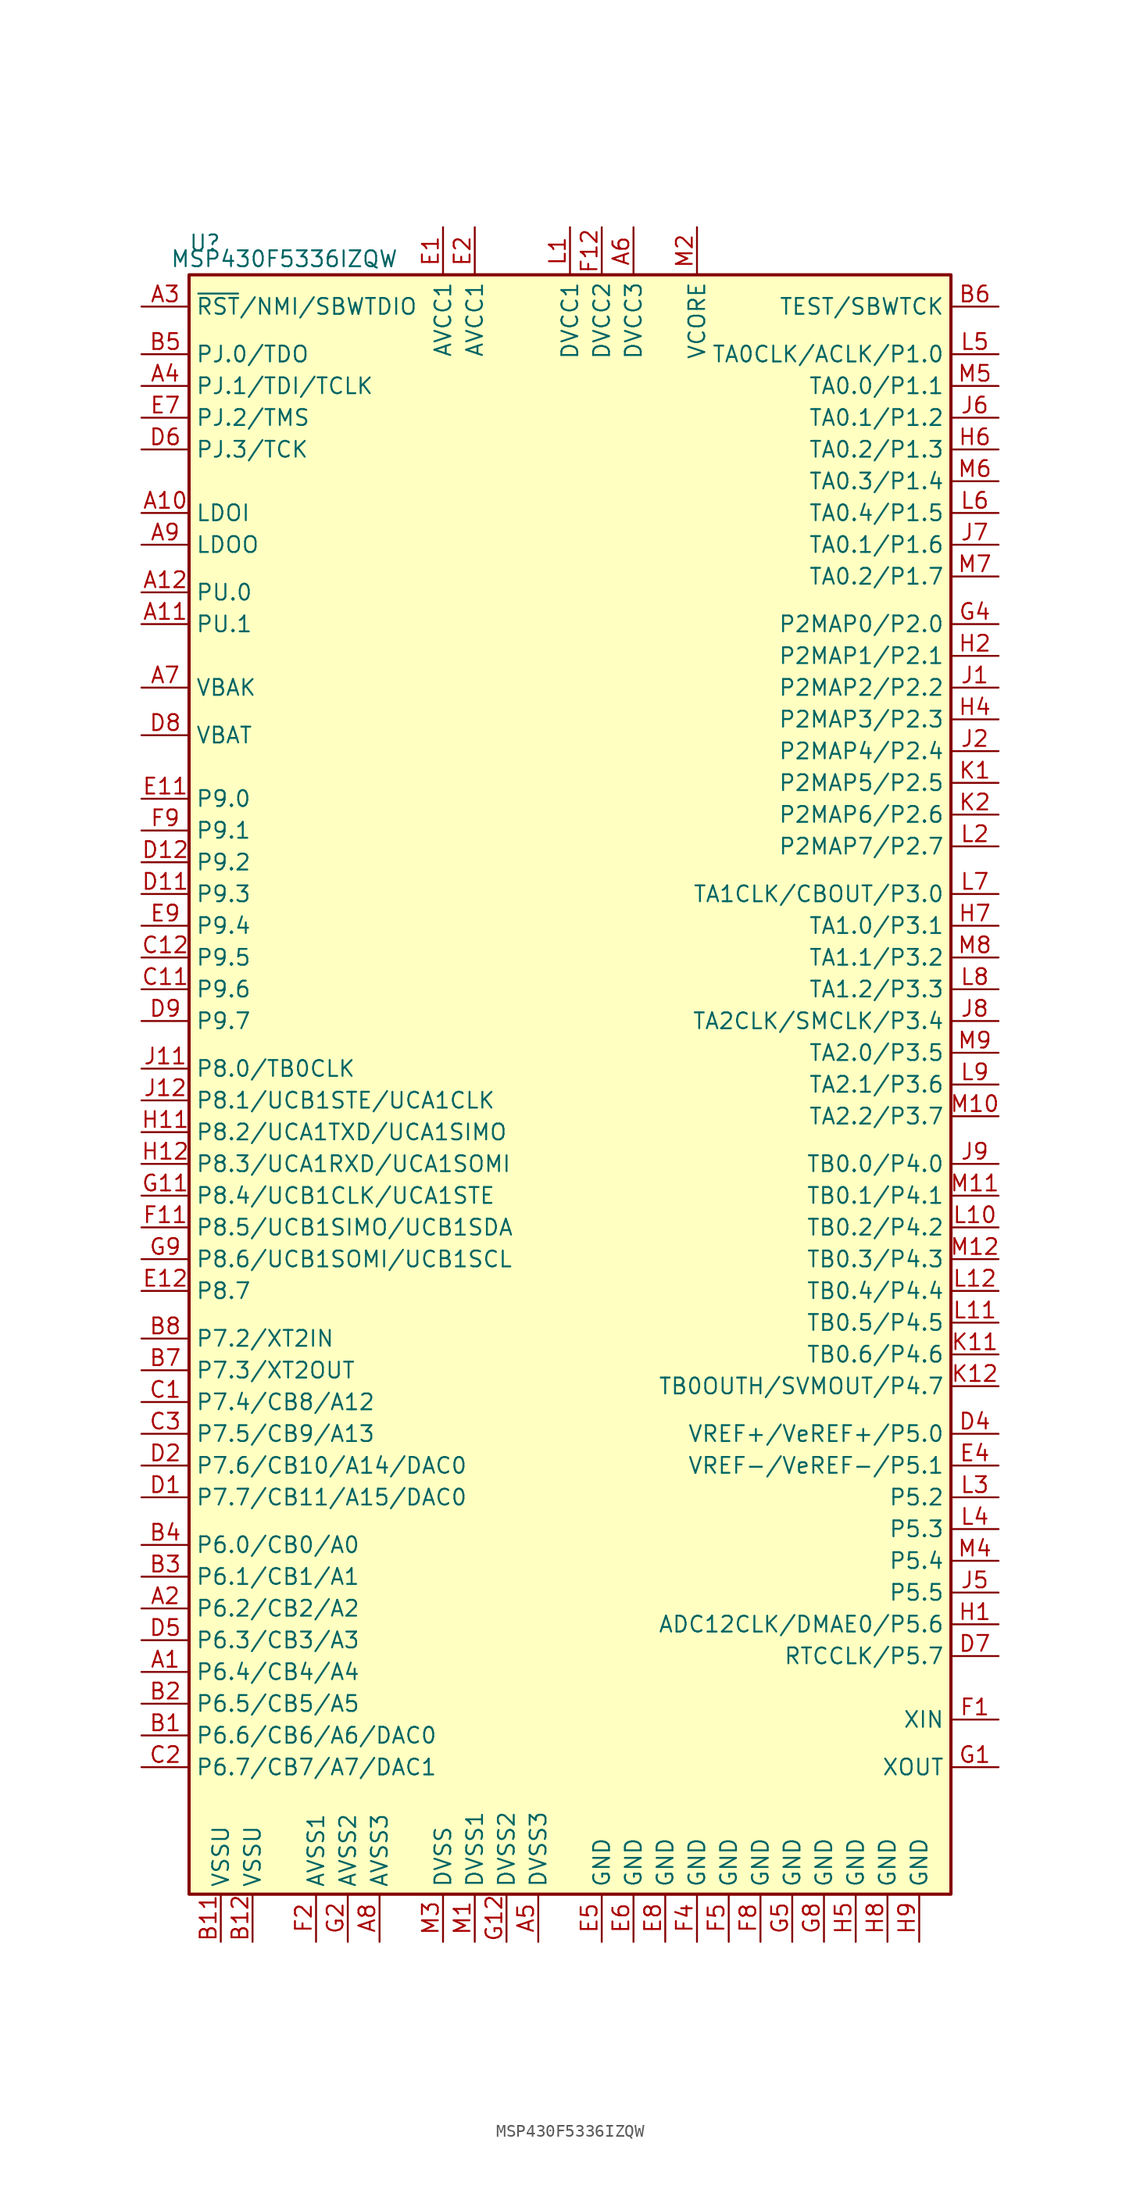
<source format=kicad_sym>
(kicad_symbol_lib
  (version 20241209)
  (generator "kicad_symbol_editor")
  (generator_version "9.0")
  (symbol "MSP430F5336IZQW"
    (property "Reference" "U"
      (at -29.21 67.31 0)
      (effects (font (size 1.27 1.27))))
    (property "Value" "MSP430F5336IZQW"
      (at -22.86 66.04 0)
      (effects (font (size 1.27 1.27))))
    (symbol "MSP430F5336IZQW_0_1"
      (rectangle (start -30.48 64.77) (end 30.48 -64.77) (stroke (width 0.254) (type default)) (fill (type background))))
    (symbol "MSP430F5336IZQW_1_1"
      (pin input line (at -34.29 62.23 0) (length 3.81) (name "~{RST}/NMI/SBWTDIO" (effects (font (size 1.27 1.27)))) (number "A3" (effects (font (size 1.27 1.27)))))
      (pin bidirectional line (at -34.29 58.42 0) (length 3.81) (name "PJ.0/TDO" (effects (font (size 1.27 1.27)))) (number "B5" (effects (font (size 1.27 1.27)))))
      (pin bidirectional line (at -34.29 55.88 0) (length 3.81) (name "PJ.1/TDI/TCLK" (effects (font (size 1.27 1.27)))) (number "A4" (effects (font (size 1.27 1.27)))))
      (pin bidirectional line (at -34.29 53.34 0) (length 3.81) (name "PJ.2/TMS" (effects (font (size 1.27 1.27)))) (number "E7" (effects (font (size 1.27 1.27)))))
      (pin bidirectional line (at -34.29 50.8 0) (length 3.81) (name "PJ.3/TCK" (effects (font (size 1.27 1.27)))) (number "D6" (effects (font (size 1.27 1.27)))))
      (pin bidirectional line (at -34.29 45.72 0) (length 3.81) (name "LDOI" (effects (font (size 1.27 1.27)))) (number "A10" (effects (font (size 1.27 1.27)))))
      (pin bidirectional line (at -34.29 43.18 0) (length 3.81) (name "LDOO" (effects (font (size 1.27 1.27)))) (number "A9" (effects (font (size 1.27 1.27)))))
      (pin bidirectional line (at -34.29 39.37 0) (length 3.81) (name "PU.0" (effects (font (size 1.27 1.27)))) (number "A12" (effects (font (size 1.27 1.27)))))
      (pin bidirectional line (at -34.29 36.83 0) (length 3.81) (name "PU.1" (effects (font (size 1.27 1.27)))) (number "A11" (effects (font (size 1.27 1.27)))))
      (pin bidirectional line (at -34.29 31.75 0) (length 3.81) (name "VBAK" (effects (font (size 1.27 1.27)))) (number "A7" (effects (font (size 1.27 1.27)))))
      (pin bidirectional line (at -34.29 27.94 0) (length 3.81) (name "VBAT" (effects (font (size 1.27 1.27)))) (number "D8" (effects (font (size 1.27 1.27)))))
      (pin bidirectional line (at -34.29 22.86 0) (length 3.81) (name "P9.0" (effects (font (size 1.27 1.27)))) (number "E11" (effects (font (size 1.27 1.27)))))
      (pin bidirectional line (at -34.29 20.32 0) (length 3.81) (name "P9.1" (effects (font (size 1.27 1.27)))) (number "F9" (effects (font (size 1.27 1.27)))))
      (pin bidirectional line (at -34.29 17.78 0) (length 3.81) (name "P9.2" (effects (font (size 1.27 1.27)))) (number "D12" (effects (font (size 1.27 1.27)))))
      (pin bidirectional line (at -34.29 15.24 0) (length 3.81) (name "P9.3" (effects (font (size 1.27 1.27)))) (number "D11" (effects (font (size 1.27 1.27)))))
      (pin bidirectional line (at -34.29 12.7 0) (length 3.81) (name "P9.4" (effects (font (size 1.27 1.27)))) (number "E9" (effects (font (size 1.27 1.27)))))
      (pin bidirectional line (at -34.29 10.16 0) (length 3.81) (name "P9.5" (effects (font (size 1.27 1.27)))) (number "C12" (effects (font (size 1.27 1.27)))))
      (pin bidirectional line (at -34.29 7.62 0) (length 3.81) (name "P9.6" (effects (font (size 1.27 1.27)))) (number "C11" (effects (font (size 1.27 1.27)))))
      (pin bidirectional line (at -34.29 5.08 0) (length 3.81) (name "P9.7" (effects (font (size 1.27 1.27)))) (number "D9" (effects (font (size 1.27 1.27)))))
      (pin bidirectional line (at -34.29 1.27 0) (length 3.81) (name "P8.0/TB0CLK" (effects (font (size 1.27 1.27)))) (number "J11" (effects (font (size 1.27 1.27)))))
      (pin bidirectional line (at -34.29 -1.27 0) (length 3.81) (name "P8.1/UCB1STE/UCA1CLK" (effects (font (size 1.27 1.27)))) (number "J12" (effects (font (size 1.27 1.27)))))
      (pin bidirectional line (at -34.29 -3.81 0) (length 3.81) (name "P8.2/UCA1TXD/UCA1SIMO" (effects (font (size 1.27 1.27)))) (number "H11" (effects (font (size 1.27 1.27)))))
      (pin bidirectional line (at -34.29 -6.35 0) (length 3.81) (name "P8.3/UCA1RXD/UCA1SOMI" (effects (font (size 1.27 1.27)))) (number "H12" (effects (font (size 1.27 1.27)))))
      (pin bidirectional line (at -34.29 -8.89 0) (length 3.81) (name "P8.4/UCB1CLK/UCA1STE" (effects (font (size 1.27 1.27)))) (number "G11" (effects (font (size 1.27 1.27)))))
      (pin bidirectional line (at -34.29 -11.43 0) (length 3.81) (name "P8.5/UCB1SIMO/UCB1SDA" (effects (font (size 1.27 1.27)))) (number "F11" (effects (font (size 1.27 1.27)))))
      (pin bidirectional line (at -34.29 -13.97 0) (length 3.81) (name "P8.6/UCB1SOMI/UCB1SCL" (effects (font (size 1.27 1.27)))) (number "G9" (effects (font (size 1.27 1.27)))))
      (pin bidirectional line (at -34.29 -16.51 0) (length 3.81) (name "P8.7" (effects (font (size 1.27 1.27)))) (number "E12" (effects (font (size 1.27 1.27)))))
      (pin bidirectional line (at -34.29 -20.32 0) (length 3.81) (name "P7.2/XT2IN" (effects (font (size 1.27 1.27)))) (number "B8" (effects (font (size 1.27 1.27)))))
      (pin bidirectional line (at -34.29 -22.86 0) (length 3.81) (name "P7.3/XT2OUT" (effects (font (size 1.27 1.27)))) (number "B7" (effects (font (size 1.27 1.27)))))
      (pin bidirectional line (at -34.29 -25.4 0) (length 3.81) (name "P7.4/CB8/A12" (effects (font (size 1.27 1.27)))) (number "C1" (effects (font (size 1.27 1.27)))))
      (pin bidirectional line (at -34.29 -27.94 0) (length 3.81) (name "P7.5/CB9/A13" (effects (font (size 1.27 1.27)))) (number "C3" (effects (font (size 1.27 1.27)))))
      (pin bidirectional line (at -34.29 -30.48 0) (length 3.81) (name "P7.6/CB10/A14/DAC0" (effects (font (size 1.27 1.27)))) (number "D2" (effects (font (size 1.27 1.27)))))
      (pin bidirectional line (at -34.29 -33.02 0) (length 3.81) (name "P7.7/CB11/A15/DAC0" (effects (font (size 1.27 1.27)))) (number "D1" (effects (font (size 1.27 1.27)))))
      (pin bidirectional line (at -34.29 -36.83 0) (length 3.81) (name "P6.0/CB0/A0" (effects (font (size 1.27 1.27)))) (number "B4" (effects (font (size 1.27 1.27)))))
      (pin bidirectional line (at -34.29 -39.37 0) (length 3.81) (name "P6.1/CB1/A1" (effects (font (size 1.27 1.27)))) (number "B3" (effects (font (size 1.27 1.27)))))
      (pin bidirectional line (at -34.29 -41.91 0) (length 3.81) (name "P6.2/CB2/A2" (effects (font (size 1.27 1.27)))) (number "A2" (effects (font (size 1.27 1.27)))))
      (pin bidirectional line (at -34.29 -44.45 0) (length 3.81) (name "P6.3/CB3/A3" (effects (font (size 1.27 1.27)))) (number "D5" (effects (font (size 1.27 1.27)))))
      (pin bidirectional line (at -34.29 -46.99 0) (length 3.81) (name "P6.4/CB4/A4" (effects (font (size 1.27 1.27)))) (number "A1" (effects (font (size 1.27 1.27)))))
      (pin bidirectional line (at -34.29 -49.53 0) (length 3.81) (name "P6.5/CB5/A5" (effects (font (size 1.27 1.27)))) (number "B2" (effects (font (size 1.27 1.27)))))
      (pin bidirectional line (at -34.29 -52.07 0) (length 3.81) (name "P6.6/CB6/A6/DAC0" (effects (font (size 1.27 1.27)))) (number "B1" (effects (font (size 1.27 1.27)))))
      (pin bidirectional line (at -34.29 -54.61 0) (length 3.81) (name "P6.7/CB7/A7/DAC1" (effects (font (size 1.27 1.27)))) (number "C2" (effects (font (size 1.27 1.27)))))
      (pin power_in line (at -27.94 -68.58 90) (length 3.81) (name "VSSU" (effects (font (size 1.27 1.27)))) (number "B11" (effects (font (size 1.27 1.27)))))
      (pin power_in line (at -25.4 -68.58 90) (length 3.81) (name "VSSU" (effects (font (size 1.27 1.27)))) (number "B12" (effects (font (size 1.27 1.27)))))
      (pin power_in line (at -20.32 -68.58 90) (length 3.81) (name "AVSS1" (effects (font (size 1.27 1.27)))) (number "F2" (effects (font (size 1.27 1.27)))))
      (pin power_in line (at -17.78 -68.58 90) (length 3.81) (name "AVSS2" (effects (font (size 1.27 1.27)))) (number "G2" (effects (font (size 1.27 1.27)))))
      (pin power_in line (at -15.24 -68.58 90) (length 3.81) (name "AVSS3" (effects (font (size 1.27 1.27)))) (number "A8" (effects (font (size 1.27 1.27)))))
      (pin power_in line (at -10.16 68.58 270) (length 3.81) (name "AVCC1" (effects (font (size 1.27 1.27)))) (number "E1" (effects (font (size 1.27 1.27)))))
      (pin power_in line (at -10.16 -68.58 90) (length 3.81) (name "DVSS" (effects (font (size 1.27 1.27)))) (number "M3" (effects (font (size 1.27 1.27)))))
      (pin power_in line (at -7.62 68.58 270) (length 3.81) (name "AVCC1" (effects (font (size 1.27 1.27)))) (number "E2" (effects (font (size 1.27 1.27)))))
      (pin power_in line (at -7.62 -68.58 90) (length 3.81) (name "DVSS1" (effects (font (size 1.27 1.27)))) (number "M1" (effects (font (size 1.27 1.27)))))
      (pin power_in line (at -5.08 -68.58 90) (length 3.81) (name "DVSS2" (effects (font (size 1.27 1.27)))) (number "G12" (effects (font (size 1.27 1.27)))))
      (pin power_in line (at -2.54 -68.58 90) (length 3.81) (name "DVSS3" (effects (font (size 1.27 1.27)))) (number "A5" (effects (font (size 1.27 1.27)))))
      (pin power_in line (at 0 68.58 270) (length 3.81) (name "DVCC1" (effects (font (size 1.27 1.27)))) (number "L1" (effects (font (size 1.27 1.27)))))
      (pin power_in line (at 2.54 68.58 270) (length 3.81) (name "DVCC2" (effects (font (size 1.27 1.27)))) (number "F12" (effects (font (size 1.27 1.27)))))
      (pin power_in line (at 2.54 -68.58 90) (length 3.81) (name "GND" (effects (font (size 1.27 1.27)))) (number "E5" (effects (font (size 1.27 1.27)))))
      (pin power_in line (at 5.08 68.58 270) (length 3.81) (name "DVCC3" (effects (font (size 1.27 1.27)))) (number "A6" (effects (font (size 1.27 1.27)))))
      (pin power_in line (at 5.08 -68.58 90) (length 3.81) (name "GND" (effects (font (size 1.27 1.27)))) (number "E6" (effects (font (size 1.27 1.27)))))
      (pin power_in line (at 7.62 -68.58 90) (length 3.81) (name "GND" (effects (font (size 1.27 1.27)))) (number "E8" (effects (font (size 1.27 1.27)))))
      (pin bidirectional line (at 10.16 68.58 270) (length 3.81) (name "VCORE" (effects (font (size 1.27 1.27)))) (number "M2" (effects (font (size 1.27 1.27)))))
      (pin power_in line (at 10.16 -68.58 90) (length 3.81) (name "GND" (effects (font (size 1.27 1.27)))) (number "F4" (effects (font (size 1.27 1.27)))))
      (pin power_in line (at 12.7 -68.58 90) (length 3.81) (name "GND" (effects (font (size 1.27 1.27)))) (number "F5" (effects (font (size 1.27 1.27)))))
      (pin power_in line (at 15.24 -68.58 90) (length 3.81) (name "GND" (effects (font (size 1.27 1.27)))) (number "F8" (effects (font (size 1.27 1.27)))))
      (pin power_in line (at 17.78 -68.58 90) (length 3.81) (name "GND" (effects (font (size 1.27 1.27)))) (number "G5" (effects (font (size 1.27 1.27)))))
      (pin power_in line (at 20.32 -68.58 90) (length 3.81) (name "GND" (effects (font (size 1.27 1.27)))) (number "G8" (effects (font (size 1.27 1.27)))))
      (pin power_in line (at 22.86 -68.58 90) (length 3.81) (name "GND" (effects (font (size 1.27 1.27)))) (number "H5" (effects (font (size 1.27 1.27)))))
      (pin power_in line (at 25.4 -68.58 90) (length 3.81) (name "GND" (effects (font (size 1.27 1.27)))) (number "H8" (effects (font (size 1.27 1.27)))))
      (pin power_in line (at 27.94 -68.58 90) (length 3.81) (name "GND" (effects (font (size 1.27 1.27)))) (number "H9" (effects (font (size 1.27 1.27)))))
      (pin input line (at 34.29 62.23 180) (length 3.81) (name "TEST/SBWTCK" (effects (font (size 1.27 1.27)))) (number "B6" (effects (font (size 1.27 1.27)))))
      (pin bidirectional line (at 34.29 58.42 180) (length 3.81) (name "TA0CLK/ACLK/P1.0" (effects (font (size 1.27 1.27)))) (number "L5" (effects (font (size 1.27 1.27)))))
      (pin bidirectional line (at 34.29 55.88 180) (length 3.81) (name "TA0.0/P1.1" (effects (font (size 1.27 1.27)))) (number "M5" (effects (font (size 1.27 1.27)))))
      (pin bidirectional line (at 34.29 53.34 180) (length 3.81) (name "TA0.1/P1.2" (effects (font (size 1.27 1.27)))) (number "J6" (effects (font (size 1.27 1.27)))))
      (pin bidirectional line (at 34.29 50.8 180) (length 3.81) (name "TA0.2/P1.3" (effects (font (size 1.27 1.27)))) (number "H6" (effects (font (size 1.27 1.27)))))
      (pin bidirectional line (at 34.29 48.26 180) (length 3.81) (name "TA0.3/P1.4" (effects (font (size 1.27 1.27)))) (number "M6" (effects (font (size 1.27 1.27)))))
      (pin bidirectional line (at 34.29 45.72 180) (length 3.81) (name "TA0.4/P1.5" (effects (font (size 1.27 1.27)))) (number "L6" (effects (font (size 1.27 1.27)))))
      (pin bidirectional line (at 34.29 43.18 180) (length 3.81) (name "TA0.1/P1.6" (effects (font (size 1.27 1.27)))) (number "J7" (effects (font (size 1.27 1.27)))))
      (pin bidirectional line (at 34.29 40.64 180) (length 3.81) (name "TA0.2/P1.7" (effects (font (size 1.27 1.27)))) (number "M7" (effects (font (size 1.27 1.27)))))
      (pin bidirectional line (at 34.29 36.83 180) (length 3.81) (name "P2MAP0/P2.0" (effects (font (size 1.27 1.27)))) (number "G4" (effects (font (size 1.27 1.27)))))
      (pin bidirectional line (at 34.29 34.29 180) (length 3.81) (name "P2MAP1/P2.1" (effects (font (size 1.27 1.27)))) (number "H2" (effects (font (size 1.27 1.27)))))
      (pin bidirectional line (at 34.29 31.75 180) (length 3.81) (name "P2MAP2/P2.2" (effects (font (size 1.27 1.27)))) (number "J1" (effects (font (size 1.27 1.27)))))
      (pin bidirectional line (at 34.29 29.21 180) (length 3.81) (name "P2MAP3/P2.3" (effects (font (size 1.27 1.27)))) (number "H4" (effects (font (size 1.27 1.27)))))
      (pin bidirectional line (at 34.29 26.67 180) (length 3.81) (name "P2MAP4/P2.4" (effects (font (size 1.27 1.27)))) (number "J2" (effects (font (size 1.27 1.27)))))
      (pin bidirectional line (at 34.29 24.13 180) (length 3.81) (name "P2MAP5/P2.5" (effects (font (size 1.27 1.27)))) (number "K1" (effects (font (size 1.27 1.27)))))
      (pin bidirectional line (at 34.29 21.59 180) (length 3.81) (name "P2MAP6/P2.6" (effects (font (size 1.27 1.27)))) (number "K2" (effects (font (size 1.27 1.27)))))
      (pin bidirectional line (at 34.29 19.05 180) (length 3.81) (name "P2MAP7/P2.7" (effects (font (size 1.27 1.27)))) (number "L2" (effects (font (size 1.27 1.27)))))
      (pin bidirectional line (at 34.29 15.24 180) (length 3.81) (name "TA1CLK/CBOUT/P3.0" (effects (font (size 1.27 1.27)))) (number "L7" (effects (font (size 1.27 1.27)))))
      (pin bidirectional line (at 34.29 12.7 180) (length 3.81) (name "TA1.0/P3.1" (effects (font (size 1.27 1.27)))) (number "H7" (effects (font (size 1.27 1.27)))))
      (pin bidirectional line (at 34.29 10.16 180) (length 3.81) (name "TA1.1/P3.2" (effects (font (size 1.27 1.27)))) (number "M8" (effects (font (size 1.27 1.27)))))
      (pin bidirectional line (at 34.29 7.62 180) (length 3.81) (name "TA1.2/P3.3" (effects (font (size 1.27 1.27)))) (number "L8" (effects (font (size 1.27 1.27)))))
      (pin bidirectional line (at 34.29 5.08 180) (length 3.81) (name "TA2CLK/SMCLK/P3.4" (effects (font (size 1.27 1.27)))) (number "J8" (effects (font (size 1.27 1.27)))))
      (pin bidirectional line (at 34.29 2.54 180) (length 3.81) (name "TA2.0/P3.5" (effects (font (size 1.27 1.27)))) (number "M9" (effects (font (size 1.27 1.27)))))
      (pin bidirectional line (at 34.29 0 180) (length 3.81) (name "TA2.1/P3.6" (effects (font (size 1.27 1.27)))) (number "L9" (effects (font (size 1.27 1.27)))))
      (pin bidirectional line (at 34.29 -2.54 180) (length 3.81) (name "TA2.2/P3.7" (effects (font (size 1.27 1.27)))) (number "M10" (effects (font (size 1.27 1.27)))))
      (pin bidirectional line (at 34.29 -6.35 180) (length 3.81) (name "TB0.0/P4.0" (effects (font (size 1.27 1.27)))) (number "J9" (effects (font (size 1.27 1.27)))))
      (pin bidirectional line (at 34.29 -8.89 180) (length 3.81) (name "TB0.1/P4.1" (effects (font (size 1.27 1.27)))) (number "M11" (effects (font (size 1.27 1.27)))))
      (pin bidirectional line (at 34.29 -11.43 180) (length 3.81) (name "TB0.2/P4.2" (effects (font (size 1.27 1.27)))) (number "L10" (effects (font (size 1.27 1.27)))))
      (pin bidirectional line (at 34.29 -13.97 180) (length 3.81) (name "TB0.3/P4.3" (effects (font (size 1.27 1.27)))) (number "M12" (effects (font (size 1.27 1.27)))))
      (pin bidirectional line (at 34.29 -16.51 180) (length 3.81) (name "TB0.4/P4.4" (effects (font (size 1.27 1.27)))) (number "L12" (effects (font (size 1.27 1.27)))))
      (pin bidirectional line (at 34.29 -19.05 180) (length 3.81) (name "TB0.5/P4.5" (effects (font (size 1.27 1.27)))) (number "L11" (effects (font (size 1.27 1.27)))))
      (pin bidirectional line (at 34.29 -21.59 180) (length 3.81) (name "TB0.6/P4.6" (effects (font (size 1.27 1.27)))) (number "K11" (effects (font (size 1.27 1.27)))))
      (pin bidirectional line (at 34.29 -24.13 180) (length 3.81) (name "TB0OUTH/SVMOUT/P4.7" (effects (font (size 1.27 1.27)))) (number "K12" (effects (font (size 1.27 1.27)))))
      (pin bidirectional line (at 34.29 -27.94 180) (length 3.81) (name "VREF+/VeREF+/P5.0" (effects (font (size 1.27 1.27)))) (number "D4" (effects (font (size 1.27 1.27)))))
      (pin bidirectional line (at 34.29 -30.48 180) (length 3.81) (name "VREF-/VeREF-/P5.1" (effects (font (size 1.27 1.27)))) (number "E4" (effects (font (size 1.27 1.27)))))
      (pin bidirectional line (at 34.29 -33.02 180) (length 3.81) (name "P5.2" (effects (font (size 1.27 1.27)))) (number "L3" (effects (font (size 1.27 1.27)))))
      (pin bidirectional line (at 34.29 -35.56 180) (length 3.81) (name "P5.3" (effects (font (size 1.27 1.27)))) (number "L4" (effects (font (size 1.27 1.27)))))
      (pin bidirectional line (at 34.29 -38.1 180) (length 3.81) (name "P5.4" (effects (font (size 1.27 1.27)))) (number "M4" (effects (font (size 1.27 1.27)))))
      (pin bidirectional line (at 34.29 -40.64 180) (length 3.81) (name "P5.5" (effects (font (size 1.27 1.27)))) (number "J5" (effects (font (size 1.27 1.27)))))
      (pin bidirectional line (at 34.29 -43.18 180) (length 3.81) (name "ADC12CLK/DMAE0/P5.6" (effects (font (size 1.27 1.27)))) (number "H1" (effects (font (size 1.27 1.27)))))
      (pin bidirectional line (at 34.29 -45.72 180) (length 3.81) (name "RTCCLK/P5.7" (effects (font (size 1.27 1.27)))) (number "D7" (effects (font (size 1.27 1.27)))))
      (pin bidirectional line (at 34.29 -50.8 180) (length 3.81) (name "XIN" (effects (font (size 1.27 1.27)))) (number "F1" (effects (font (size 1.27 1.27)))))
      (pin bidirectional line (at 34.29 -54.61 180) (length 3.81) (name "XOUT" (effects (font (size 1.27 1.27)))) (number "G1" (effects (font (size 1.27 1.27))))))))
</source>
